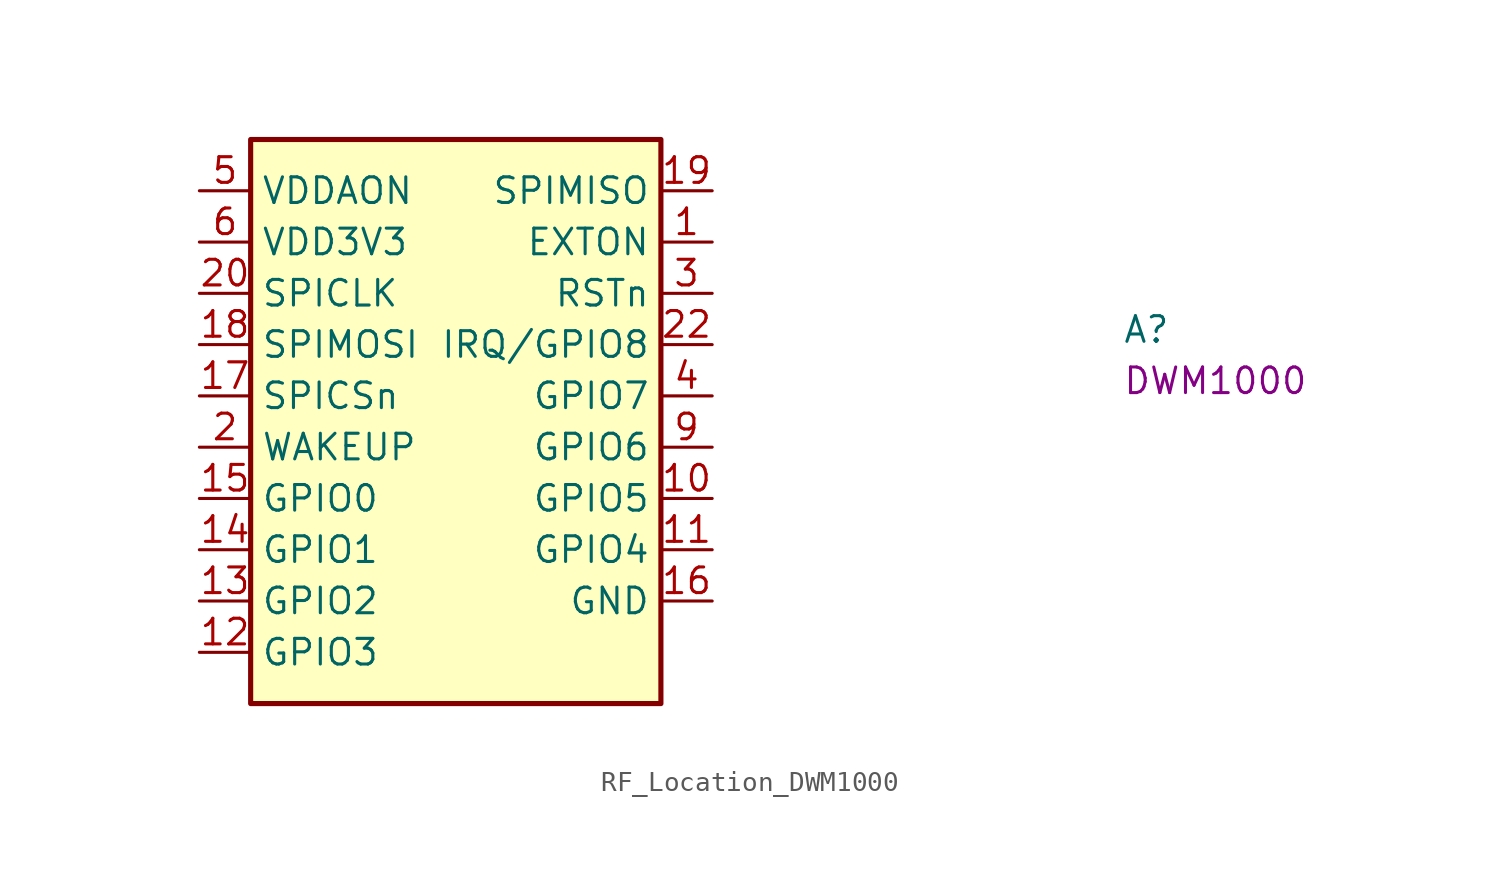
<source format=kicad_sym>
(kicad_symbol_lib
  (version 20220914)
  (generator kicad_symbol_editor)
  (symbol "RF_Location_DWM1000"
    (property "Reference" "A"
      (at 45.72 -7.62 0)
      (effects (font (size 1.27 1.27) (thickness 0.15)) (justify left bottom)))
    (property "MPN" "DWM1000"
      (at 45.72 -10.16 0)
      (effects (font (size 1.27 1.27) (thickness 0.15)) (justify left bottom)))
    (symbol "RF_Location_DWM1000_1_1"
      (rectangle (start 2.54 2.54) (end 22.86 -25.4) (stroke (width 0.254) (type default)) (fill (type background)))
      (pin output line (at 25.4 -2.54 180) (length 2.54) (name "EXTON" (effects (font (size 1.27 1.27)))) (number "1" (effects (font (size 1.27 1.27)))))
      (pin bidirectional line (at 25.4 -15.24 180) (length 2.54) (name "GPIO5" (effects (font (size 1.27 1.27)))) (number "10" (effects (font (size 1.27 1.27)))))
      (pin bidirectional line (at 25.4 -17.78 180) (length 2.54) (name "GPIO4" (effects (font (size 1.27 1.27)))) (number "11" (effects (font (size 1.27 1.27)))))
      (pin bidirectional line (at 0 -22.86 0) (length 2.54) (name "GPIO3" (effects (font (size 1.27 1.27)))) (number "12" (effects (font (size 1.27 1.27)))))
      (pin bidirectional line (at 0 -20.32 0) (length 2.54) (name "GPIO2" (effects (font (size 1.27 1.27)))) (number "13" (effects (font (size 1.27 1.27)))))
      (pin bidirectional line (at 0 -17.78 0) (length 2.54) (name "GPIO1" (effects (font (size 1.27 1.27)))) (number "14" (effects (font (size 1.27 1.27)))))
      (pin bidirectional line (at 0 -15.24 0) (length 2.54) (name "GPIO0" (effects (font (size 1.27 1.27)))) (number "15" (effects (font (size 1.27 1.27)))))
      (pin power_in line (at 25.4 -20.32 180) (length 2.54) (name "GND" (effects (font (size 1.27 1.27)))) (number "16" (effects (font (size 1.27 1.27)))))
      (pin input line (at 0 -10.16 0) (length 2.54) (name "SPICSn" (effects (font (size 1.27 1.27)))) (number "17" (effects (font (size 1.27 1.27)))))
      (pin input line (at 0 -7.62 0) (length 2.54) (name "SPIMOSI" (effects (font (size 1.27 1.27)))) (number "18" (effects (font (size 1.27 1.27)))))
      (pin output line (at 25.4 0 180) (length 2.54) (name "SPIMISO" (effects (font (size 1.27 1.27)))) (number "19" (effects (font (size 1.27 1.27)))))
      (pin input line (at 0 -12.7 0) (length 2.54) (name "WAKEUP" (effects (font (size 1.27 1.27)))) (number "2" (effects (font (size 1.27 1.27)))))
      (pin input line (at 0 -5.08 0) (length 2.54) (name "SPICLK" (effects (font (size 1.27 1.27)))) (number "20" (effects (font (size 1.27 1.27)))))
      (pin passive line (at 25.4 -20.32 180) (length 2.54) hide (name "GND" (effects (font (size 1.27 1.27)))) (number "21" (effects (font (size 1.27 1.27)))))
      (pin bidirectional line (at 25.4 -7.62 180) (length 2.54) (name "IRQ/GPIO8" (effects (font (size 1.27 1.27)))) (number "22" (effects (font (size 1.27 1.27)))))
      (pin passive line (at 25.4 -20.32 180) (length 2.54) hide (name "GND" (effects (font (size 1.27 1.27)))) (number "23" (effects (font (size 1.27 1.27)))))
      (pin passive line (at 25.4 -20.32 180) (length 2.54) hide (name "GND" (effects (font (size 1.27 1.27)))) (number "24" (effects (font (size 1.27 1.27)))))
      (pin output line (at 25.4 -5.08 180) (length 2.54) (name "RSTn" (effects (font (size 1.27 1.27)))) (number "3" (effects (font (size 1.27 1.27)))))
      (pin bidirectional line (at 25.4 -10.16 180) (length 2.54) (name "GPIO7" (effects (font (size 1.27 1.27)))) (number "4" (effects (font (size 1.27 1.27)))))
      (pin power_in line (at 0 0 0) (length 2.54) (name "VDDAON" (effects (font (size 1.27 1.27)))) (number "5" (effects (font (size 1.27 1.27)))))
      (pin power_in line (at 0 -2.54 0) (length 2.54) (name "VDD3V3" (effects (font (size 1.27 1.27)))) (number "6" (effects (font (size 1.27 1.27)))))
      (pin passive line (at 0 -2.54 0) (length 2.54) hide (name "VDD3V3" (effects (font (size 1.27 1.27)))) (number "7" (effects (font (size 1.27 1.27)))))
      (pin passive line (at 25.4 -20.32 180) (length 2.54) hide (name "GND" (effects (font (size 1.27 1.27)))) (number "8" (effects (font (size 1.27 1.27)))))
      (pin bidirectional line (at 25.4 -12.7 180) (length 2.54) (name "GPIO6" (effects (font (size 1.27 1.27)))) (number "9" (effects (font (size 1.27 1.27))))))))
</source>
